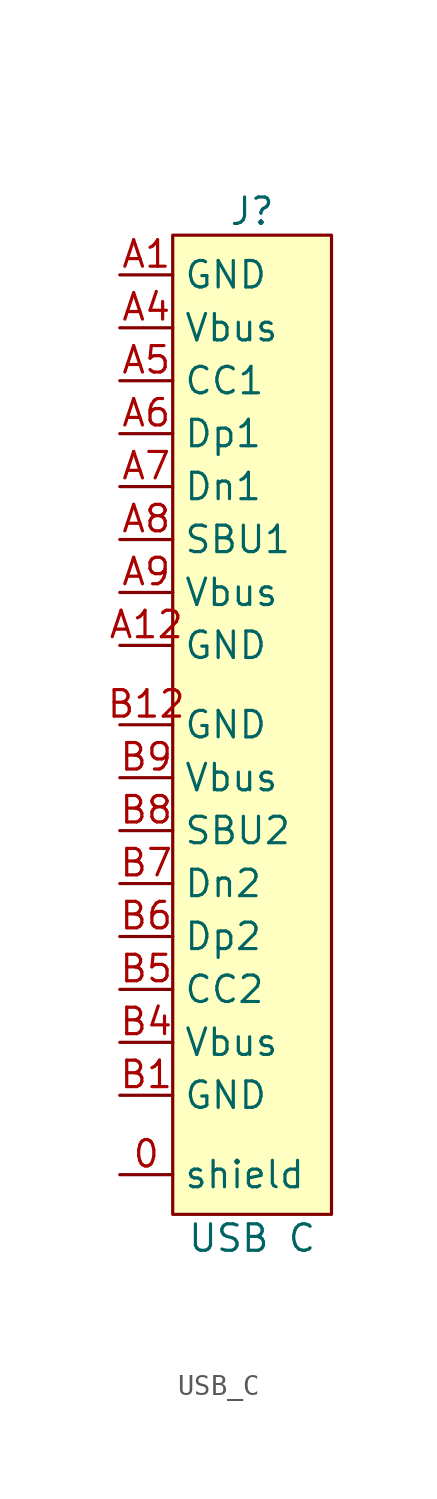
<source format=kicad_sym>
(kicad_symbol_lib
  (version 20241209)
  (generator "kicad_symbol_editor")
  (generator_version "9.0")
  (symbol "USB_C"
    (property "Reference" "J"
      (at 6.35 3.048 0)
      (effects (font (size 1.27 1.27))))
    (property "Value" "USB C"
      (at 6.35 -46.228 0)
      (effects (font (size 1.27 1.27))))
    (symbol "USB_C_1_1"
      (rectangle (start 2.54 1.905) (end 10.16 -45.085) (stroke (width 0) (type solid)) (fill (type background)))
      (pin input line (at 0 0 0) (length 2.54) (name "GND" (effects (font (size 1.27 1.27)))) (number "A1" (effects (font (size 1.27 1.27)))))
      (pin input line (at 0 -2.54 0) (length 2.54) (name "Vbus" (effects (font (size 1.27 1.27)))) (number "A4" (effects (font (size 1.27 1.27)))))
      (pin input line (at 0 -5.08 0) (length 2.54) (name "CC1" (effects (font (size 1.27 1.27)))) (number "A5" (effects (font (size 1.27 1.27)))))
      (pin input line (at 0 -7.62 0) (length 2.54) (name "Dp1" (effects (font (size 1.27 1.27)))) (number "A6" (effects (font (size 1.27 1.27)))))
      (pin input line (at 0 -10.16 0) (length 2.54) (name "Dn1" (effects (font (size 1.27 1.27)))) (number "A7" (effects (font (size 1.27 1.27)))))
      (pin input line (at 0 -12.7 0) (length 2.54) (name "SBU1" (effects (font (size 1.27 1.27)))) (number "A8" (effects (font (size 1.27 1.27)))))
      (pin input line (at 0 -15.24 0) (length 2.54) (name "Vbus" (effects (font (size 1.27 1.27)))) (number "A9" (effects (font (size 1.27 1.27)))))
      (pin input line (at 0 -17.78 0) (length 2.54) (name "GND" (effects (font (size 1.27 1.27)))) (number "A12" (effects (font (size 1.27 1.27)))))
      (pin input line (at 0 -21.59 0) (length 2.54) (name "GND" (effects (font (size 1.27 1.27)))) (number "B12" (effects (font (size 1.27 1.27)))))
      (pin input line (at 0 -24.13 0) (length 2.54) (name "Vbus" (effects (font (size 1.27 1.27)))) (number "B9" (effects (font (size 1.27 1.27)))))
      (pin input line (at 0 -26.67 0) (length 2.54) (name "SBU2" (effects (font (size 1.27 1.27)))) (number "B8" (effects (font (size 1.27 1.27)))))
      (pin input line (at 0 -29.21 0) (length 2.54) (name "Dn2" (effects (font (size 1.27 1.27)))) (number "B7" (effects (font (size 1.27 1.27)))))
      (pin input line (at 0 -31.75 0) (length 2.54) (name "Dp2" (effects (font (size 1.27 1.27)))) (number "B6" (effects (font (size 1.27 1.27)))))
      (pin input line (at 0 -34.29 0) (length 2.54) (name "CC2" (effects (font (size 1.27 1.27)))) (number "B5" (effects (font (size 1.27 1.27)))))
      (pin input line (at 0 -36.83 0) (length 2.54) (name "Vbus" (effects (font (size 1.27 1.27)))) (number "B4" (effects (font (size 1.27 1.27)))))
      (pin input line (at 0 -39.37 0) (length 2.54) (name "GND" (effects (font (size 1.27 1.27)))) (number "B1" (effects (font (size 1.27 1.27)))))
      (pin input line (at 0 -43.18 0) (length 2.54) (name "shield" (effects (font (size 1.27 1.27)))) (number "0" (effects (font (size 1.27 1.27))))))))
</source>
